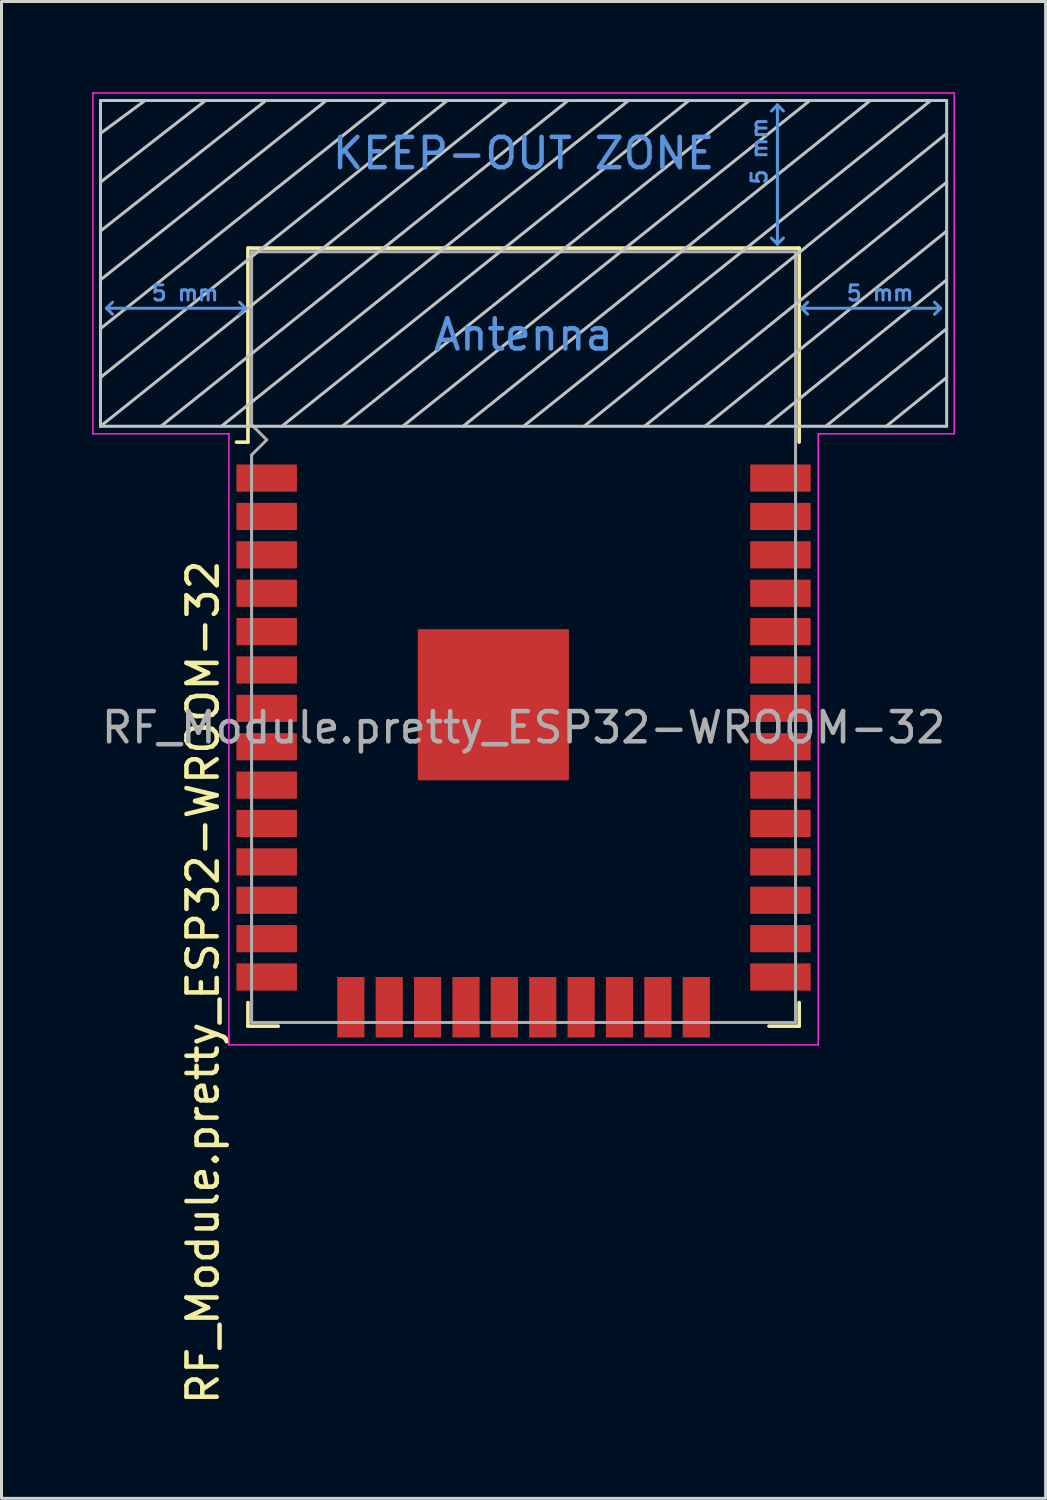
<source format=kicad_pcb>
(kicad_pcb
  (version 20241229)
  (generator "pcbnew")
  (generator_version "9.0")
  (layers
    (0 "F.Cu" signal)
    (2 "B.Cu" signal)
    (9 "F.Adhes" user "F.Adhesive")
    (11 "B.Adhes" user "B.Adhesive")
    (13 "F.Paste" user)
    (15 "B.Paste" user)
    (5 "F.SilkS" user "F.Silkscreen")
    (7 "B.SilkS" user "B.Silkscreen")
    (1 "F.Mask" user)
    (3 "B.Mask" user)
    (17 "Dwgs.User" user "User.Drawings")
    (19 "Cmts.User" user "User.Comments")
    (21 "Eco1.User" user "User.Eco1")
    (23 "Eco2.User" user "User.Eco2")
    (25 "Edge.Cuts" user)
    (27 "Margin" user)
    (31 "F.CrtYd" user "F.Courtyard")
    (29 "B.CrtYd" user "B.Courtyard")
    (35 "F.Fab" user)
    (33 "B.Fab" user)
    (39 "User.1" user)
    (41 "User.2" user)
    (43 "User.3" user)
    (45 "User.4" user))
  (footprint "RF_Module.pretty_ESP32-WROOM-32"
    (layer "F.Cu")
    (at 14.275 21.025)
    (property "Reference" "RF_Module.pretty_ESP32-WROOM-32" (at -10.61 8.43 90) (layer "F.SilkS") (effects (font (size 1 1) (thickness 0.15))))
    (attr smd)
    (fp_line (start -9.12 -15.865) (end -9.12 -9.445) (stroke (width 0.12) (type solid)) (layer "F.SilkS"))
    (fp_line (start -9.12 -15.865) (end 9.12 -15.865) (stroke (width 0.12) (type solid)) (layer "F.SilkS"))
    (fp_line (start -9.12 -9.445) (end -9.5 -9.445) (stroke (width 0.12) (type solid)) (layer "F.SilkS"))
    (fp_line (start -9.12 9.1) (end -9.12 9.88) (stroke (width 0.12) (type solid)) (layer "F.SilkS"))
    (fp_line (start -9.12 9.88) (end -8.12 9.88) (stroke (width 0.12) (type solid)) (layer "F.SilkS"))
    (fp_line (start 9.12 -15.865) (end 9.12 -9.445) (stroke (width 0.12) (type solid)) (layer "F.SilkS"))
    (fp_line (start 9.12 9.1) (end 9.12 9.88) (stroke (width 0.12) (type solid)) (layer "F.SilkS"))
    (fp_line (start 9.12 9.88) (end 8.12 9.88) (stroke (width 0.12) (type solid)) (layer "F.SilkS"))
    (fp_line (start -14 -9.97) (end -14 -20.75) (stroke (width 0.1) (type solid)) (layer "Dwgs.User"))
    (fp_line (start -12.525 -20.75) (end -14 -19.66) (stroke (width 0.1) (type solid)) (layer "Dwgs.User"))
    (fp_line (start -10.525 -20.75) (end -14 -18.045) (stroke (width 0.1) (type solid)) (layer "Dwgs.User"))
    (fp_line (start -8.525 -20.75) (end -14 -16.43) (stroke (width 0.1) (type solid)) (layer "Dwgs.User"))
    (fp_line (start -8 -9.97) (end 5.475 -20.75) (stroke (width 0.1) (type solid)) (layer "Dwgs.User"))
    (fp_line (start -6.525 -20.75) (end -14 -14.815) (stroke (width 0.1) (type solid)) (layer "Dwgs.User"))
    (fp_line (start -4.525 -20.75) (end -14 -13.2) (stroke (width 0.1) (type solid)) (layer "Dwgs.User"))
    (fp_line (start -2.525 -20.75) (end -14 -11.585) (stroke (width 0.1) (type solid)) (layer "Dwgs.User"))
    (fp_line (start -0.525 -20.75) (end -14 -9.97) (stroke (width 0.1) (type solid)) (layer "Dwgs.User"))
    (fp_line (start 1.475 -20.75) (end -12 -9.97) (stroke (width 0.1) (type solid)) (layer "Dwgs.User"))
    (fp_line (start 3.475 -20.75) (end -10 -9.97) (stroke (width 0.1) (type solid)) (layer "Dwgs.User"))
    (fp_line (start 7.475 -20.75) (end -6 -9.97) (stroke (width 0.1) (type solid)) (layer "Dwgs.User"))
    (fp_line (start 9.475 -20.75) (end -4 -9.97) (stroke (width 0.1) (type solid)) (layer "Dwgs.User"))
    (fp_line (start 11.475 -20.75) (end -2 -9.97) (stroke (width 0.1) (type solid)) (layer "Dwgs.User"))
    (fp_line (start 13.475 -20.75) (end 0 -9.97) (stroke (width 0.1) (type solid)) (layer "Dwgs.User"))
    (fp_line (start 14 -20.75) (end -14 -20.75) (stroke (width 0.1) (type solid)) (layer "Dwgs.User"))
    (fp_line (start 14 -19.66) (end 2 -9.97) (stroke (width 0.1) (type solid)) (layer "Dwgs.User"))
    (fp_line (start 14 -18.045) (end 4 -9.97) (stroke (width 0.1) (type solid)) (layer "Dwgs.User"))
    (fp_line (start 14 -16.43) (end 6 -9.97) (stroke (width 0.1) (type solid)) (layer "Dwgs.User"))
    (fp_line (start 14 -14.815) (end 8 -9.97) (stroke (width 0.1) (type solid)) (layer "Dwgs.User"))
    (fp_line (start 14 -13.2) (end 10 -9.97) (stroke (width 0.1) (type solid)) (layer "Dwgs.User"))
    (fp_line (start 14 -11.585) (end 12 -9.97) (stroke (width 0.1) (type solid)) (layer "Dwgs.User"))
    (fp_line (start 14 -9.97) (end -14 -9.97) (stroke (width 0.1) (type solid)) (layer "Dwgs.User"))
    (fp_line (start 14 -9.97) (end 14 -20.75) (stroke (width 0.1) (type solid)) (layer "Dwgs.User"))
    (fp_line (start -13.8 -13.875) (end -13.6 -14.075) (stroke (width 0.1) (type solid)) (layer "Cmts.User"))
    (fp_line (start -13.8 -13.875) (end -13.6 -13.675) (stroke (width 0.1) (type solid)) (layer "Cmts.User"))
    (fp_line (start -13.8 -13.875) (end -9.2 -13.875) (stroke (width 0.1) (type solid)) (layer "Cmts.User"))
    (fp_line (start -9.2 -13.875) (end -9.4 -14.075) (stroke (width 0.1) (type solid)) (layer "Cmts.User"))
    (fp_line (start -9.2 -13.875) (end -9.4 -13.675) (stroke (width 0.1) (type solid)) (layer "Cmts.User"))
    (fp_line (start 8.4 -20.6) (end 8.2 -20.4) (stroke (width 0.1) (type solid)) (layer "Cmts.User"))
    (fp_line (start 8.4 -20.6) (end 8.6 -20.4) (stroke (width 0.1) (type solid)) (layer "Cmts.User"))
    (fp_line (start 8.4 -16) (end 8.2 -16.2) (stroke (width 0.1) (type solid)) (layer "Cmts.User"))
    (fp_line (start 8.4 -16) (end 8.4 -20.6) (stroke (width 0.1) (type solid)) (layer "Cmts.User"))
    (fp_line (start 8.4 -16) (end 8.6 -16.2) (stroke (width 0.1) (type solid)) (layer "Cmts.User"))
    (fp_line (start 9.2 -13.875) (end 9.4 -14.075) (stroke (width 0.1) (type solid)) (layer "Cmts.User"))
    (fp_line (start 9.2 -13.875) (end 9.4 -13.675) (stroke (width 0.1) (type solid)) (layer "Cmts.User"))
    (fp_line (start 9.2 -13.875) (end 13.8 -13.875) (stroke (width 0.1) (type solid)) (layer "Cmts.User"))
    (fp_line (start 13.8 -13.875) (end 13.6 -14.075) (stroke (width 0.1) (type solid)) (layer "Cmts.User"))
    (fp_line (start 13.8 -13.875) (end 13.6 -13.675) (stroke (width 0.1) (type solid)) (layer "Cmts.User"))
    (fp_line (start -14.25 -21) (end -14.25 -9.72) (stroke (width 0.05) (type solid)) (layer "F.CrtYd"))
    (fp_line (start -14.25 -21) (end 14.25 -21) (stroke (width 0.05) (type solid)) (layer "F.CrtYd"))
    (fp_line (start -14.25 -9.72) (end -9.75 -9.72) (stroke (width 0.05) (type solid)) (layer "F.CrtYd"))
    (fp_line (start -9.75 10.5) (end -9.75 -9.72) (stroke (width 0.05) (type solid)) (layer "F.CrtYd"))
    (fp_line (start -9.75 10.5) (end 9.75 10.5) (stroke (width 0.05) (type solid)) (layer "F.CrtYd"))
    (fp_line (start 9.75 -9.72) (end 9.75 10.5) (stroke (width 0.05) (type solid)) (layer "F.CrtYd"))
    (fp_line (start 9.75 -9.72) (end 14.25 -9.72) (stroke (width 0.05) (type solid)) (layer "F.CrtYd"))
    (fp_line (start 14.25 -21) (end 14.25 -9.72) (stroke (width 0.05) (type solid)) (layer "F.CrtYd"))
    (fp_line (start -9 -15.745) (end -9 -10.02) (stroke (width 0.1) (type solid)) (layer "F.Fab"))
    (fp_line (start -9 -15.745) (end 9 -15.745) (stroke (width 0.1) (type solid)) (layer "F.Fab"))
    (fp_line (start -9 -9.02) (end -9 9.76) (stroke (width 0.1) (type solid)) (layer "F.Fab"))
    (fp_line (start -9 -9.02) (end -8.5 -9.52) (stroke (width 0.1) (type solid)) (layer "F.Fab"))
    (fp_line (start -9 9.76) (end 9 9.76) (stroke (width 0.1) (type solid)) (layer "F.Fab"))
    (fp_line (start -8.5 -9.52) (end -9 -10.02) (stroke (width 0.1) (type solid)) (layer "F.Fab"))
    (fp_line (start 9 9.76) (end 9 -15.745) (stroke (width 0.1) (type solid)) (layer "F.Fab"))
    (fp_text user "Antenna" (at 0 -13 0) (layer "Cmts.User") (effects (font (size 1 1) (thickness 0.15))))
    (fp_text user "KEEP-OUT ZONE" (at 0 -19 0) (layer "Cmts.User") (effects (font (size 1 1) (thickness 0.15))))
    (fp_text user "5 mm" (at -11.2 -14.375 0) (layer "Cmts.User") (effects (font (size 0.5 0.5) (thickness 0.1))))
    (fp_text user "5 mm" (at 11.8 -14.375 0) (layer "Cmts.User") (effects (font (size 0.5 0.5) (thickness 0.1))))
    (fp_text user "5 mm" (at 7.8 -19.075 90) (layer "Cmts.User") (effects (font (size 0.5 0.5) (thickness 0.1))))
    (fp_text user "${REFERENCE}" (at 0 0 0) (layer "F.Fab") (effects (font (size 1 1) (thickness 0.15))))
    (pad "1" smd rect (at -8.5 -8.255) (size 2 0.9) (layers "F.Cu" "F.Mask" "F.Paste"))
    (pad "2" smd rect (at -8.5 -6.985) (size 2 0.9) (layers "F.Cu" "F.Mask" "F.Paste"))
    (pad "3" smd rect (at -8.5 -5.715) (size 2 0.9) (layers "F.Cu" "F.Mask" "F.Paste"))
    (pad "4" smd rect (at -8.5 -4.445) (size 2 0.9) (layers "F.Cu" "F.Mask" "F.Paste"))
    (pad "5" smd rect (at -8.5 -3.175) (size 2 0.9) (layers "F.Cu" "F.Mask" "F.Paste"))
    (pad "6" smd rect (at -8.5 -1.905) (size 2 0.9) (layers "F.Cu" "F.Mask" "F.Paste"))
    (pad "7" smd rect (at -8.5 -0.635) (size 2 0.9) (layers "F.Cu" "F.Mask" "F.Paste"))
    (pad "8" smd rect (at -8.5 0.635) (size 2 0.9) (layers "F.Cu" "F.Mask" "F.Paste"))
    (pad "9" smd rect (at -8.5 1.905) (size 2 0.9) (layers "F.Cu" "F.Mask" "F.Paste"))
    (pad "10" smd rect (at -8.5 3.175) (size 2 0.9) (layers "F.Cu" "F.Mask" "F.Paste"))
    (pad "11" smd rect (at -8.5 4.445) (size 2 0.9) (layers "F.Cu" "F.Mask" "F.Paste"))
    (pad "12" smd rect (at -8.5 5.715) (size 2 0.9) (layers "F.Cu" "F.Mask" "F.Paste"))
    (pad "13" smd rect (at -8.5 6.985) (size 2 0.9) (layers "F.Cu" "F.Mask" "F.Paste"))
    (pad "14" smd rect (at -8.5 8.255) (size 2 0.9) (layers "F.Cu" "F.Mask" "F.Paste"))
    (pad "15" smd rect (at -5.715 9.255 90) (size 2 0.9) (layers "F.Cu" "F.Mask" "F.Paste"))
    (pad "16" smd rect (at -4.445 9.255 90) (size 2 0.9) (layers "F.Cu" "F.Mask" "F.Paste"))
    (pad "17" smd rect (at -3.175 9.255 90) (size 2 0.9) (layers "F.Cu" "F.Mask" "F.Paste"))
    (pad "18" smd rect (at -1.905 9.255 90) (size 2 0.9) (layers "F.Cu" "F.Mask" "F.Paste"))
    (pad "19" smd rect (at -0.635 9.255 90) (size 2 0.9) (layers "F.Cu" "F.Mask" "F.Paste"))
    (pad "20" smd rect (at 0.635 9.255 90) (size 2 0.9) (layers "F.Cu" "F.Mask" "F.Paste"))
    (pad "21" smd rect (at 1.905 9.255 90) (size 2 0.9) (layers "F.Cu" "F.Mask" "F.Paste"))
    (pad "22" smd rect (at 3.175 9.255 90) (size 2 0.9) (layers "F.Cu" "F.Mask" "F.Paste"))
    (pad "23" smd rect (at 4.445 9.255 90) (size 2 0.9) (layers "F.Cu" "F.Mask" "F.Paste"))
    (pad "24" smd rect (at 5.715 9.255 90) (size 2 0.9) (layers "F.Cu" "F.Mask" "F.Paste"))
    (pad "25" smd rect (at 8.5 8.255) (size 2 0.9) (layers "F.Cu" "F.Mask" "F.Paste"))
    (pad "26" smd rect (at 8.5 6.985) (size 2 0.9) (layers "F.Cu" "F.Mask" "F.Paste"))
    (pad "27" smd rect (at 8.5 5.715) (size 2 0.9) (layers "F.Cu" "F.Mask" "F.Paste"))
    (pad "28" smd rect (at 8.5 4.445) (size 2 0.9) (layers "F.Cu" "F.Mask" "F.Paste"))
    (pad "29" smd rect (at 8.5 3.175) (size 2 0.9) (layers "F.Cu" "F.Mask" "F.Paste"))
    (pad "30" smd rect (at 8.5 1.905) (size 2 0.9) (layers "F.Cu" "F.Mask" "F.Paste"))
    (pad "31" smd rect (at 8.5 0.635) (size 2 0.9) (layers "F.Cu" "F.Mask" "F.Paste"))
    (pad "32" smd rect (at 8.5 -0.635) (size 2 0.9) (layers "F.Cu" "F.Mask" "F.Paste"))
    (pad "33" smd rect (at 8.5 -1.905) (size 2 0.9) (layers "F.Cu" "F.Mask" "F.Paste"))
    (pad "34" smd rect (at 8.5 -3.175) (size 2 0.9) (layers "F.Cu" "F.Mask" "F.Paste"))
    (pad "35" smd rect (at 8.5 -4.445) (size 2 0.9) (layers "F.Cu" "F.Mask" "F.Paste"))
    (pad "36" smd rect (at 8.5 -5.715) (size 2 0.9) (layers "F.Cu" "F.Mask" "F.Paste"))
    (pad "37" smd rect (at 8.5 -6.985) (size 2 0.9) (layers "F.Cu" "F.Mask" "F.Paste"))
    (pad "38" smd rect (at 8.5 -8.255) (size 2 0.9) (layers "F.Cu" "F.Mask" "F.Paste"))
    (pad "39" smd rect (at -1 -0.755) (size 5 5) (layers "F.Cu" "F.Mask" "F.Paste")))
  (gr_rect
    (start -3 -3)
    (end 31.55 46.532)
    (stroke (width 0.1) (type default))
    (fill no)
    (layer "Edge.Cuts")))
</source>
